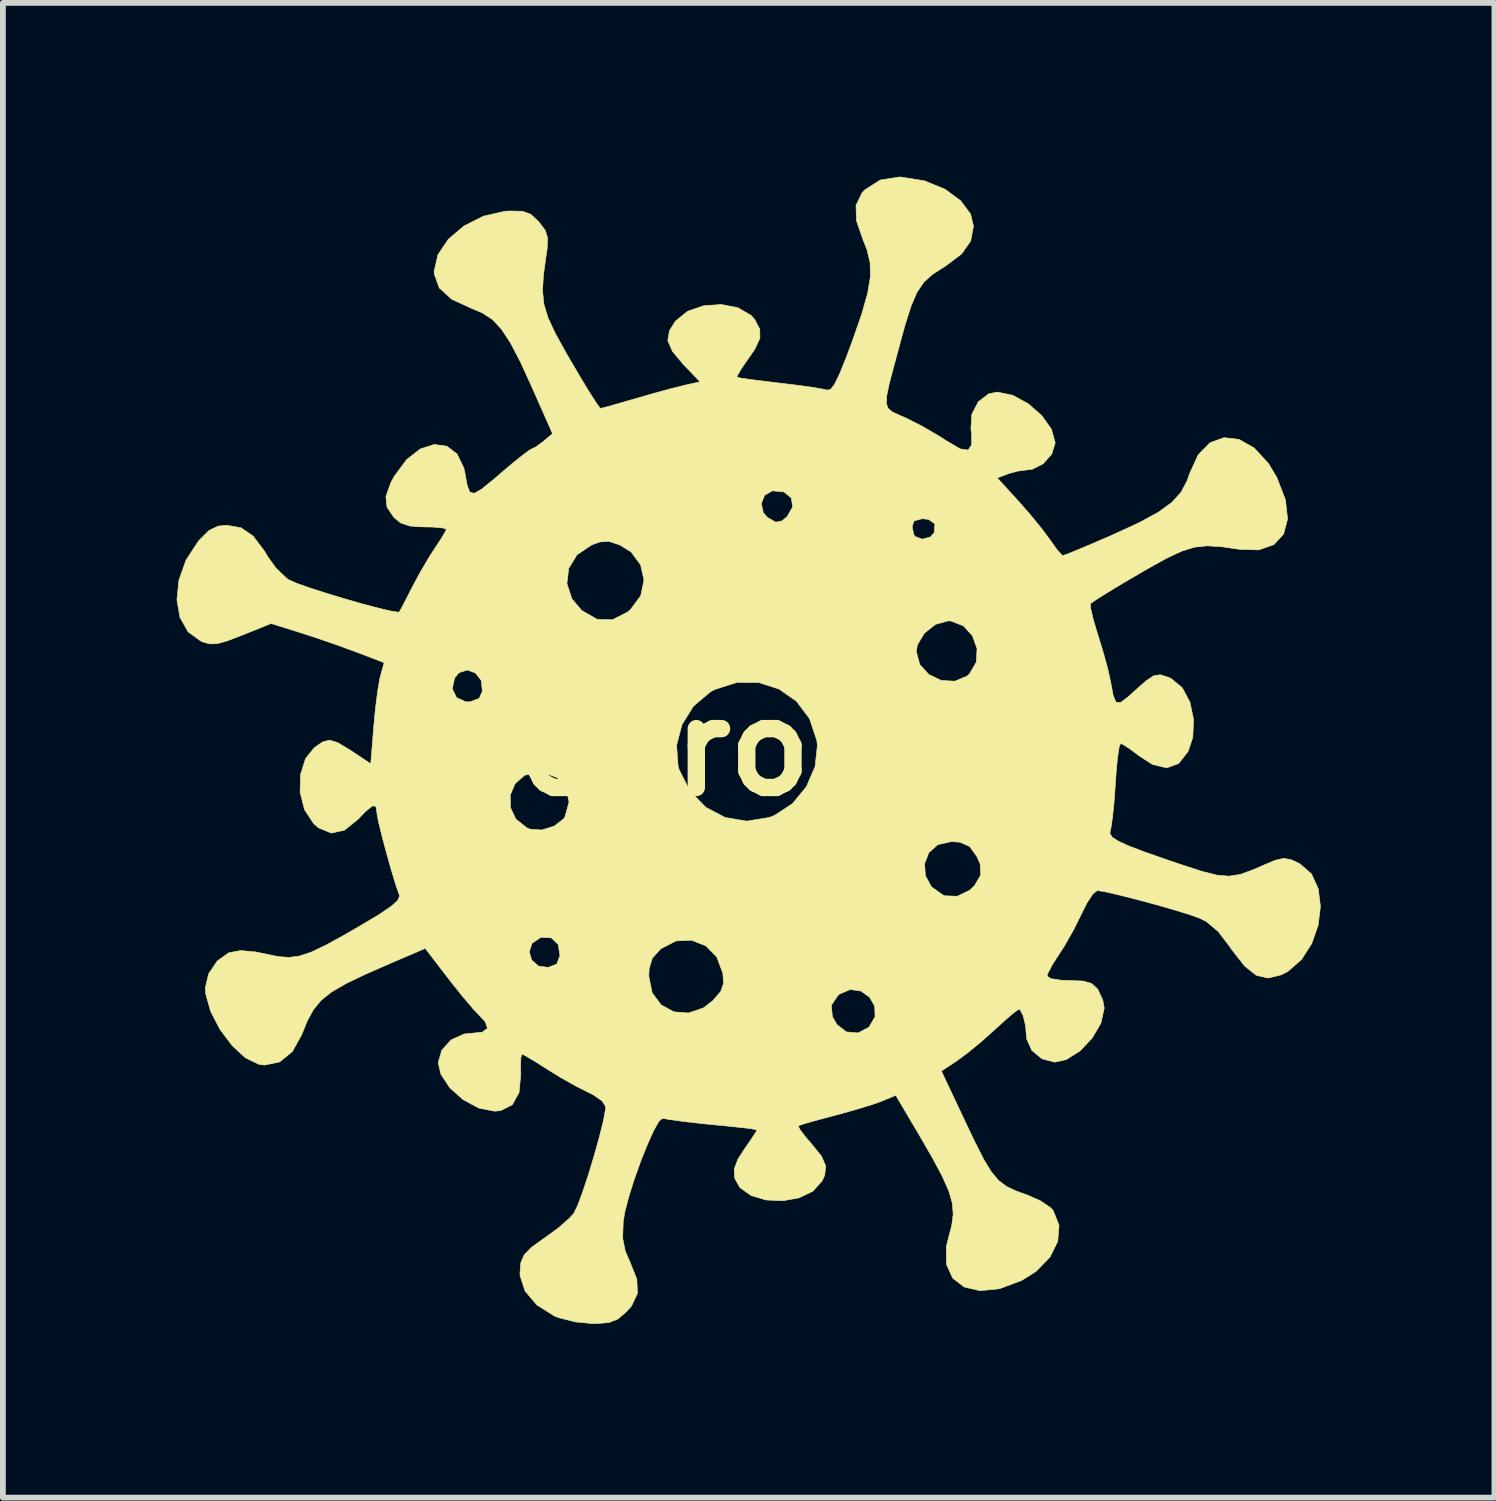
<source format=kicad_pcb>
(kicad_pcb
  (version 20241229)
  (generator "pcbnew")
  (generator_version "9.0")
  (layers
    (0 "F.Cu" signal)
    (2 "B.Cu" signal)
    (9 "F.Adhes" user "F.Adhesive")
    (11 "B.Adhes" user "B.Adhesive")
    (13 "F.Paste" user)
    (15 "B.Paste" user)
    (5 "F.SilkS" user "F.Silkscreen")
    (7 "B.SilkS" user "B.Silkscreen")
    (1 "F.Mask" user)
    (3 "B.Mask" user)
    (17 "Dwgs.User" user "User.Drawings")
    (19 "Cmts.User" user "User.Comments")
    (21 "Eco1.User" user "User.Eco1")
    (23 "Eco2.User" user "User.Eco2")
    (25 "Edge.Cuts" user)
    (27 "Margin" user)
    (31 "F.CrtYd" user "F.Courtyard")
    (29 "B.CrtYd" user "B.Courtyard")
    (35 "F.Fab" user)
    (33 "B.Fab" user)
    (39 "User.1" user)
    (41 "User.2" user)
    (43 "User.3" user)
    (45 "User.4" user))
  (footprint "corona"
    (layer "F.Cu")
    (at 9.808 9.858)
    (property "Reference" "corona" (at 0 0 0) (layer "F.SilkS") (effects (font (size 1.524 1.524) (thickness 0.3))))
    (attr through_hole)
    (fp_poly (pts (xy 3.098 -9.787) (xy 3.118 -9.781) (xy 3.462 -9.639) (xy 3.73 -9.442) (xy 3.901 -9.212) (xy 3.951 -9.003) (xy 3.903 -8.747) (xy 3.748 -8.525) (xy 3.47 -8.315) (xy 3.425 -8.288) (xy 3.236 -8.165) (xy 3.092 -8.033) (xy 2.977 -7.863) (xy 2.876 -7.629) (xy 2.772 -7.304) (xy 2.69 -7.006) (xy 2.578 -6.589) (xy 2.498 -6.287) (xy 2.454 -6.079) (xy 2.447 -5.942) (xy 2.477 -5.856) (xy 2.548 -5.797) (xy 2.66 -5.744) (xy 2.785 -5.69) (xy 3.071 -5.545) (xy 3.366 -5.373) (xy 3.498 -5.288) (xy 3.721 -5.157) (xy 3.859 -5.137) (xy 3.921 -5.231) (xy 3.916 -5.445) (xy 3.907 -5.504) (xy 3.923 -5.756) (xy 4.034 -5.97) (xy 4.213 -6.107) (xy 4.363 -6.138) (xy 4.629 -6.083) (xy 4.896 -5.937) (xy 5.131 -5.731) (xy 5.298 -5.496) (xy 5.362 -5.262) (xy 5.362 -5.259) (xy 5.302 -5.066) (xy 5.152 -4.898) (xy 4.964 -4.804) (xy 4.905 -4.798) (xy 4.707 -4.772) (xy 4.549 -4.727) (xy 4.362 -4.655) (xy 4.731 -4.251) (xy 4.939 -4.013) (xy 5.134 -3.774) (xy 5.274 -3.585) (xy 5.276 -3.582) (xy 5.39 -3.422) (xy 5.475 -3.327) (xy 5.495 -3.315) (xy 5.573 -3.341) (xy 5.753 -3.415) (xy 6.012 -3.524) (xy 6.322 -3.658) (xy 6.376 -3.682) (xy 6.817 -3.885) (xy 7.144 -4.064) (xy 7.377 -4.233) (xy 7.536 -4.409) (xy 7.642 -4.609) (xy 7.682 -4.728) (xy 7.832 -5.056) (xy 8.036 -5.263) (xy 8.277 -5.351) (xy 8.537 -5.321) (xy 8.799 -5.172) (xy 9.044 -4.906) (xy 9.19 -4.662) (xy 9.338 -4.277) (xy 9.375 -3.948) (xy 9.306 -3.686) (xy 9.138 -3.503) (xy 8.877 -3.413) (xy 8.559 -3.421) (xy 8.24 -3.467) (xy 7.988 -3.483) (xy 7.768 -3.46) (xy 7.544 -3.39) (xy 7.28 -3.266) (xy 6.942 -3.078) (xy 6.826 -3.01) (xy 6.52 -2.831) (xy 6.261 -2.674) (xy 6.072 -2.556) (xy 5.976 -2.489) (xy 5.97 -2.482) (xy 5.976 -2.397) (xy 6.019 -2.214) (xy 6.091 -1.971) (xy 6.106 -1.924) (xy 6.195 -1.633) (xy 6.271 -1.355) (xy 6.316 -1.151) (xy 6.317 -1.148) (xy 6.363 -0.9) (xy 6.414 -0.78) (xy 6.496 -0.78) (xy 6.635 -0.886) (xy 6.737 -0.98) (xy 6.932 -1.152) (xy 7.065 -1.24) (xy 7.177 -1.257) (xy 7.309 -1.215) (xy 7.366 -1.19) (xy 7.557 -1.032) (xy 7.689 -0.782) (xy 7.752 -0.483) (xy 7.738 -0.174) (xy 7.658 0.066) (xy 7.494 0.276) (xy 7.288 0.351) (xy 7.042 0.292) (xy 6.809 0.141) (xy 6.643 0.017) (xy 6.522 -0.059) (xy 6.492 -0.071) (xy 6.466 -0.005) (xy 6.439 0.171) (xy 6.415 0.428) (xy 6.402 0.617) (xy 6.38 0.927) (xy 6.354 1.191) (xy 6.328 1.373) (xy 6.315 1.425) (xy 6.307 1.487) (xy 6.347 1.548) (xy 6.449 1.615) (xy 6.63 1.698) (xy 6.905 1.803) (xy 7.292 1.938) (xy 7.54 2.022) (xy 7.896 2.138) (xy 8.159 2.204) (xy 8.367 2.221) (xy 8.561 2.19) (xy 8.778 2.111) (xy 8.937 2.041) (xy 9.159 1.947) (xy 9.309 1.913) (xy 9.441 1.938) (xy 9.585 2.006) (xy 9.788 2.183) (xy 9.905 2.439) (xy 9.942 2.744) (xy 9.903 3.069) (xy 9.792 3.384) (xy 9.616 3.66) (xy 9.378 3.868) (xy 9.264 3.926) (xy 9.039 3.98) (xy 8.835 3.933) (xy 8.633 3.773) (xy 8.412 3.49) (xy 8.385 3.449) (xy 8.176 3.175) (xy 7.971 3.004) (xy 7.843 2.941) (xy 7.663 2.878) (xy 7.401 2.798) (xy 7.093 2.71) (xy 6.774 2.624) (xy 6.478 2.549) (xy 6.241 2.494) (xy 6.099 2.47) (xy 6.088 2.469) (xy 6.012 2.529) (xy 5.91 2.684) (xy 5.825 2.855) (xy 5.685 3.138) (xy 5.521 3.427) (xy 5.438 3.556) (xy 5.316 3.745) (xy 5.238 3.893) (xy 5.221 3.946) (xy 5.286 3.99) (xy 5.461 4.017) (xy 5.605 4.022) (xy 5.845 4.032) (xy 5.991 4.074) (xy 6.087 4.162) (xy 6.099 4.178) (xy 6.184 4.361) (xy 6.209 4.499) (xy 6.152 4.759) (xy 6.001 5.017) (xy 5.791 5.239) (xy 5.552 5.389) (xy 5.357 5.433) (xy 5.135 5.375) (xy 4.959 5.23) (xy 4.871 5.034) (xy 4.867 4.992) (xy 4.85 4.799) (xy 4.808 4.627) (xy 4.756 4.527) (xy 4.737 4.518) (xy 4.667 4.564) (xy 4.525 4.683) (xy 4.339 4.851) (xy 4.315 4.874) (xy 4.082 5.082) (xy 3.844 5.277) (xy 3.668 5.407) (xy 3.397 5.586) (xy 3.782 6.404) (xy 3.976 6.812) (xy 4.129 7.112) (xy 4.259 7.326) (xy 4.383 7.474) (xy 4.518 7.577) (xy 4.681 7.655) (xy 4.886 7.729) (xy 5.106 7.826) (xy 5.278 7.942) (xy 5.327 7.994) (xy 5.429 8.251) (xy 5.407 8.527) (xy 5.272 8.799) (xy 5.033 9.045) (xy 4.781 9.203) (xy 4.4 9.345) (xy 4.065 9.379) (xy 3.791 9.315) (xy 3.592 9.161) (xy 3.485 8.926) (xy 3.483 8.619) (xy 3.519 8.47) (xy 3.576 8.252) (xy 3.601 8.059) (xy 3.586 7.868) (xy 3.524 7.655) (xy 3.409 7.395) (xy 3.232 7.067) (xy 2.988 6.645) (xy 2.96 6.599) (xy 2.61 6.005) (xy 2.372 6.104) (xy 2.192 6.168) (xy 1.924 6.25) (xy 1.621 6.335) (xy 1.544 6.355) (xy 1.274 6.427) (xy 1.062 6.486) (xy 0.941 6.525) (xy 0.925 6.533) (xy 0.953 6.594) (xy 1.053 6.725) (xy 1.154 6.842) (xy 1.328 7.058) (xy 1.4 7.226) (xy 1.383 7.385) (xy 1.338 7.483) (xy 1.175 7.663) (xy 0.935 7.777) (xy 0.655 7.826) (xy 0.368 7.812) (xy 0.11 7.735) (xy -0.084 7.597) (xy -0.173 7.433) (xy -0.181 7.279) (xy -0.116 7.108) (xy -0.005 6.935) (xy 0.116 6.76) (xy 0.195 6.638) (xy 0.212 6.605) (xy 0.147 6.588) (xy -0.023 6.565) (xy -0.264 6.54) (xy -0.3 6.536) (xy -0.69 6.498) (xy -1.033 6.46) (xy -1.295 6.424) (xy -1.419 6.402) (xy -1.481 6.455) (xy -1.571 6.615) (xy -1.678 6.852) (xy -1.793 7.139) (xy -1.903 7.447) (xy -1.998 7.747) (xy -2.067 8.009) (xy -2.097 8.188) (xy -2.106 8.474) (xy -2.06 8.701) (xy -1.984 8.873) (xy -1.862 9.179) (xy -1.851 9.425) (xy -1.952 9.641) (xy -2.041 9.742) (xy -2.189 9.868) (xy -2.343 9.929) (xy -2.564 9.947) (xy -2.623 9.947) (xy -2.922 9.918) (xy -3.21 9.845) (xy -3.286 9.815) (xy -3.588 9.625) (xy -3.792 9.384) (xy -3.878 9.118) (xy -3.879 9.075) (xy -3.865 8.897) (xy -3.808 8.761) (xy -3.681 8.631) (xy -3.461 8.472) (xy -3.421 8.445) (xy -3.206 8.287) (xy -3.024 8.126) (xy -2.95 8.043) (xy -2.886 7.913) (xy -2.8 7.682) (xy -2.701 7.385) (xy -2.602 7.058) (xy -2.512 6.738) (xy -2.442 6.458) (xy -2.404 6.256) (xy -2.399 6.202) (xy -2.46 6.104) (xy -2.618 5.994) (xy -2.697 5.955) (xy -2.919 5.843) (xy -3.191 5.689) (xy -3.405 5.556) (xy -3.614 5.424) (xy -3.772 5.33) (xy -3.847 5.292) (xy -3.848 5.292) (xy -3.864 5.355) (xy -3.869 5.517) (xy -3.865 5.64) (xy -3.895 5.956) (xy -4.012 6.168) (xy -4.215 6.27) (xy -4.318 6.279) (xy -4.593 6.225) (xy -4.861 6.08) (xy -5.091 5.875) (xy -5.245 5.641) (xy -5.292 5.44) (xy -5.228 5.223) (xy -5.065 5.046) (xy -4.844 4.947) (xy -4.758 4.938) (xy -4.532 4.915) (xy -4.44 4.849) (xy -4.478 4.736) (xy -4.556 4.652) (xy -4.683 4.517) (xy -4.862 4.307) (xy -5.061 4.059) (xy -5.127 3.974) (xy -5.144 3.951) (xy -1.655 3.951) (xy -1.597 4.235) (xy -1.444 4.442) (xy -1.225 4.563) (xy -0.971 4.584) (xy -0.711 4.496) (xy -0.653 4.451) (xy 1.496 4.451) (xy 1.515 4.646) (xy 1.592 4.782) (xy 1.756 4.91) (xy 1.959 4.928) (xy 2.145 4.83) (xy 2.147 4.828) (xy 2.252 4.648) (xy 2.246 4.466) (xy 2.155 4.308) (xy 2.005 4.204) (xy 1.823 4.178) (xy 1.636 4.258) (xy 1.611 4.28) (xy 1.496 4.451) (xy -0.653 4.451) (xy -0.55 4.371) (xy -0.413 4.212) (xy -0.364 4.071) (xy -0.377 3.895) (xy -0.481 3.617) (xy -0.672 3.423) (xy -0.918 3.327) (xy -1.186 3.339) (xy -1.444 3.473) (xy -1.458 3.485) (xy -1.595 3.638) (xy -1.649 3.821) (xy -1.655 3.951) (xy -5.144 3.951) (xy -5.472 3.524) (xy -3.719 3.524) (xy -3.678 3.67) (xy -3.558 3.774) (xy -3.393 3.796) (xy -3.245 3.739) (xy -3.189 3.592) (xy -3.219 3.402) (xy -3.338 3.286) (xy -3.512 3.276) (xy -3.521 3.279) (xy -3.67 3.379) (xy -3.719 3.524) (xy -5.472 3.524) (xy -5.515 3.468) (xy -6.088 3.713) (xy -6.54 3.911) (xy -6.881 4.074) (xy -7.132 4.22) (xy -7.314 4.365) (xy -7.446 4.526) (xy -7.552 4.72) (xy -7.648 4.958) (xy -7.811 5.251) (xy -8.03 5.429) (xy -8.29 5.483) (xy -8.39 5.469) (xy -8.62 5.358) (xy -8.852 5.144) (xy -9.061 4.865) (xy -9.22 4.557) (xy -9.306 4.255) (xy -9.313 4.15) (xy -9.255 3.907) (xy -9.107 3.686) (xy -8.909 3.545) (xy -8.897 3.541) (xy -8.703 3.506) (xy -8.451 3.528) (xy -8.264 3.566) (xy -8.051 3.61) (xy -7.867 3.624) (xy -7.687 3.6) (xy -7.482 3.532) (xy -7.227 3.41) (xy -6.895 3.227) (xy -6.646 3.083) (xy -6.322 2.89) (xy -6.11 2.747) (xy -5.994 2.645) (xy -5.959 2.57) (xy -5.963 2.548) (xy -6.025 2.366) (xy -6.102 2.113) (xy -6.132 2.006) (xy 3.107 2.006) (xy 3.121 2.214) (xy 3.226 2.406) (xy 3.425 2.547) (xy 3.457 2.56) (xy 3.671 2.568) (xy 3.886 2.464) (xy 3.969 2.385) (xy 4.077 2.201) (xy 4.066 2.008) (xy 4.011 1.883) (xy 3.887 1.71) (xy 3.723 1.635) (xy 3.569 1.624) (xy 3.335 1.677) (xy 3.18 1.815) (xy 3.107 2.006) (xy -6.132 2.006) (xy -6.183 1.825) (xy -6.258 1.543) (xy -6.317 1.305) (xy -6.348 1.149) (xy -6.35 1.121) (xy -6.367 1.015) (xy -6.427 1.007) (xy -6.546 1.103) (xy -6.672 1.235) (xy -6.908 1.426) (xy -7.136 1.477) (xy -7.357 1.387) (xy -7.442 1.313) (xy -7.6 1.072) (xy -7.664 0.819) (xy -4.047 0.819) (xy -4.045 1.034) (xy -3.951 1.235) (xy -3.76 1.387) (xy -3.707 1.409) (xy -3.505 1.424) (xy -3.289 1.357) (xy -3.126 1.232) (xy -3.103 1.197) (xy -3.032 0.94) (xy -3.081 0.705) (xy -3.232 0.524) (xy -3.466 0.43) (xy -3.558 0.423) (xy -3.799 0.479) (xy -3.963 0.622) (xy -4.047 0.819) (xy -7.664 0.819) (xy -7.676 0.775) (xy -7.669 0.466) (xy -7.582 0.19) (xy -7.431 0.003) (xy -7.287 -0.097) (xy -7.167 -0.128) (xy -7.027 -0.085) (xy -6.825 0.036) (xy -6.773 0.07) (xy -6.456 0.281) (xy -6.43 -0.041) (xy -1.175 -0.041) (xy -1.149 0.322) (xy -1.13 0.384) (xy -0.944 0.753) (xy -0.671 1.032) (xy -0.336 1.208) (xy 0.037 1.271) (xy 0.422 1.208) (xy 0.514 1.173) (xy 0.825 0.97) (xy 1.066 0.676) (xy 1.216 0.329) (xy 1.256 -0.035) (xy 1.246 -0.123) (xy 1.121 -0.499) (xy 0.895 -0.799) (xy 0.594 -1.01) (xy 0.243 -1.122) (xy -0.134 -1.124) (xy -0.513 -1.004) (xy -0.592 -0.961) (xy -0.882 -0.717) (xy -1.081 -0.399) (xy -1.175 -0.041) (xy -6.43 -0.041) (xy -6.405 -0.356) (xy -6.375 -0.673) (xy -6.338 -0.965) (xy -6.33 -1.012) (xy -5.048 -1.012) (xy -4.974 -0.862) (xy -4.814 -0.789) (xy -4.74 -0.79) (xy -4.583 -0.849) (xy -4.528 -0.974) (xy -4.55 -1.162) (xy -4.651 -1.289) (xy -4.791 -1.339) (xy -4.933 -1.292) (xy -5.009 -1.199) (xy -5.048 -1.012) (xy -6.33 -1.012) (xy -6.302 -1.181) (xy -6.29 -1.23) (xy -6.225 -1.466) (xy -6.693 -1.645) (xy -6.73 -1.658) (xy 2.963 -1.658) (xy 3.024 -1.433) (xy 3.181 -1.261) (xy 3.395 -1.159) (xy 3.627 -1.145) (xy 3.839 -1.233) (xy 3.881 -1.27) (xy 4 -1.475) (xy 4.013 -1.708) (xy 3.934 -1.929) (xy 3.778 -2.101) (xy 3.562 -2.185) (xy 3.512 -2.187) (xy 3.295 -2.127) (xy 3.104 -1.975) (xy 2.983 -1.774) (xy 2.963 -1.658) (xy -6.73 -1.658) (xy -7.018 -1.764) (xy -7.389 -1.892) (xy -7.669 -1.983) (xy -8.177 -2.142) (xy -8.671 -1.943) (xy -8.934 -1.842) (xy -9.11 -1.793) (xy -9.24 -1.79) (xy -9.364 -1.826) (xy -9.384 -1.834) (xy -9.61 -1.998) (xy -9.75 -2.246) (xy -9.803 -2.553) (xy -9.768 -2.893) (xy -9.645 -3.238) (xy -9.433 -3.562) (xy -9.419 -3.579) (xy -9.249 -3.748) (xy -9.091 -3.824) (xy -8.94 -3.838) (xy -8.697 -3.795) (xy -8.489 -3.653) (xy -8.293 -3.394) (xy -8.237 -3.299) (xy -8.088 -3.093) (xy -7.91 -2.924) (xy -7.87 -2.896) (xy -7.744 -2.84) (xy -7.527 -2.762) (xy -7.249 -2.672) (xy -6.939 -2.578) (xy -6.629 -2.488) (xy -6.347 -2.413) (xy -6.123 -2.36) (xy -5.989 -2.337) (xy -5.964 -2.341) (xy -5.924 -2.411) (xy -5.841 -2.571) (xy -5.749 -2.752) (xy -5.707 -2.83) (xy -3.069 -2.83) (xy -2.982 -2.566) (xy -2.812 -2.366) (xy -2.549 -2.215) (xy -2.285 -2.206) (xy -2.024 -2.338) (xy -1.97 -2.384) (xy -1.794 -2.622) (xy -1.738 -2.89) (xy -1.796 -3.154) (xy -1.96 -3.377) (xy -2.158 -3.499) (xy -2.346 -3.561) (xy -2.503 -3.549) (xy -2.641 -3.499) (xy -2.894 -3.329) (xy -3.038 -3.095) (xy -3.069 -2.83) (xy -5.707 -2.83) (xy -5.603 -3.025) (xy -5.44 -3.301) (xy -5.353 -3.435) (xy -5.237 -3.611) (xy -5.164 -3.736) (xy -5.151 -3.77) (xy -5.214 -3.792) (xy -5.378 -3.807) (xy -5.526 -3.81) (xy -5.735 -3.822) (xy 2.893 -3.822) (xy 2.916 -3.688) (xy 2.94 -3.645) (xy 3.069 -3.598) (xy 3.21 -3.637) (xy 3.274 -3.711) (xy 3.285 -3.862) (xy 3.176 -3.94) (xy 3.065 -3.951) (xy 2.926 -3.914) (xy 2.893 -3.822) (xy -5.735 -3.822) (xy -5.776 -3.824) (xy -5.938 -3.877) (xy -6.055 -3.973) (xy -6.175 -4.149) (xy -6.182 -4.212) (xy 0.288 -4.212) (xy 0.322 -4.054) (xy 0.395 -3.973) (xy 0.538 -3.891) (xy 0.647 -3.914) (xy 0.736 -3.991) (xy 0.83 -4.157) (xy 0.805 -4.309) (xy 0.681 -4.413) (xy 0.48 -4.433) (xy 0.344 -4.356) (xy 0.288 -4.212) (xy -6.182 -4.212) (xy -6.194 -4.336) (xy -6.111 -4.57) (xy -6.049 -4.685) (xy -5.836 -4.973) (xy -5.6 -5.156) (xy -5.361 -5.233) (xy -5.142 -5.204) (xy -4.964 -5.067) (xy -4.847 -4.822) (xy -4.829 -4.735) (xy -4.79 -4.525) (xy -4.745 -4.41) (xy -4.669 -4.389) (xy -4.542 -4.461) (xy -4.339 -4.626) (xy -4.229 -4.721) (xy -4.007 -4.909) (xy -3.825 -5.055) (xy -3.708 -5.14) (xy -3.683 -5.153) (xy -3.598 -5.195) (xy -3.475 -5.287) (xy -3.317 -5.42) (xy -3.666 -6.208) (xy -3.869 -6.653) (xy -4.042 -6.985) (xy -4.198 -7.223) (xy -4.354 -7.39) (xy -4.525 -7.503) (xy -4.703 -7.578) (xy -5.056 -7.739) (xy -5.274 -7.938) (xy -5.36 -8.178) (xy -5.362 -8.222) (xy -5.296 -8.51) (xy -5.115 -8.779) (xy -4.845 -9.007) (xy -4.511 -9.175) (xy -4.141 -9.26) (xy -4.06 -9.265) (xy -3.838 -9.26) (xy -3.693 -9.208) (xy -3.561 -9.084) (xy -3.549 -9.071) (xy -3.443 -8.93) (xy -3.402 -8.798) (xy -3.41 -8.614) (xy -3.426 -8.506) (xy -3.474 -8.163) (xy -3.49 -7.891) (xy -3.466 -7.655) (xy -3.394 -7.417) (xy -3.265 -7.142) (xy -3.071 -6.793) (xy -3.008 -6.685) (xy -2.83 -6.382) (xy -2.676 -6.129) (xy -2.56 -5.948) (xy -2.497 -5.861) (xy -2.49 -5.856) (xy -2.411 -5.875) (xy -2.23 -5.925) (xy -1.981 -5.997) (xy -1.88 -6.026) (xy -1.575 -6.114) (xy -1.287 -6.193) (xy -1.069 -6.248) (xy -1.037 -6.256) (xy -0.769 -6.315) (xy -1.055 -6.612) (xy -1.247 -6.841) (xy -1.327 -7.026) (xy -1.298 -7.2) (xy -1.196 -7.362) (xy -0.985 -7.533) (xy -0.707 -7.629) (xy -0.403 -7.65) (xy -0.117 -7.595) (xy 0.11 -7.463) (xy 0.174 -7.391) (xy 0.261 -7.226) (xy 0.264 -7.068) (xy 0.176 -6.878) (xy 0.062 -6.713) (xy -0.056 -6.543) (xy -0.125 -6.425) (xy -0.132 -6.394) (xy -0.055 -6.378) (xy 0.131 -6.351) (xy 0.395 -6.318) (xy 0.606 -6.293) (xy 0.918 -6.255) (xy 1.184 -6.218) (xy 1.368 -6.186) (xy 1.426 -6.172) (xy 1.482 -6.182) (xy 1.549 -6.267) (xy 1.634 -6.44) (xy 1.748 -6.719) (xy 1.861 -7.022) (xy 2.021 -7.482) (xy 2.123 -7.841) (xy 2.171 -8.129) (xy 2.166 -8.371) (xy 2.113 -8.596) (xy 2.048 -8.759) (xy 1.931 -9.095) (xy 1.923 -9.361) (xy 2.026 -9.577) (xy 2.074 -9.629) (xy 2.342 -9.8) (xy 2.684 -9.853) (xy 3.098 -9.787)) (stroke (width 0.01) (type solid)) (fill yes) (layer "F.SilkS")))
  (gr_rect
    (start -3 -3)
    (end 22.755 22.81)
    (stroke (width 0.1) (type default))
    (fill no)
    (layer "Edge.Cuts")))
</source>
